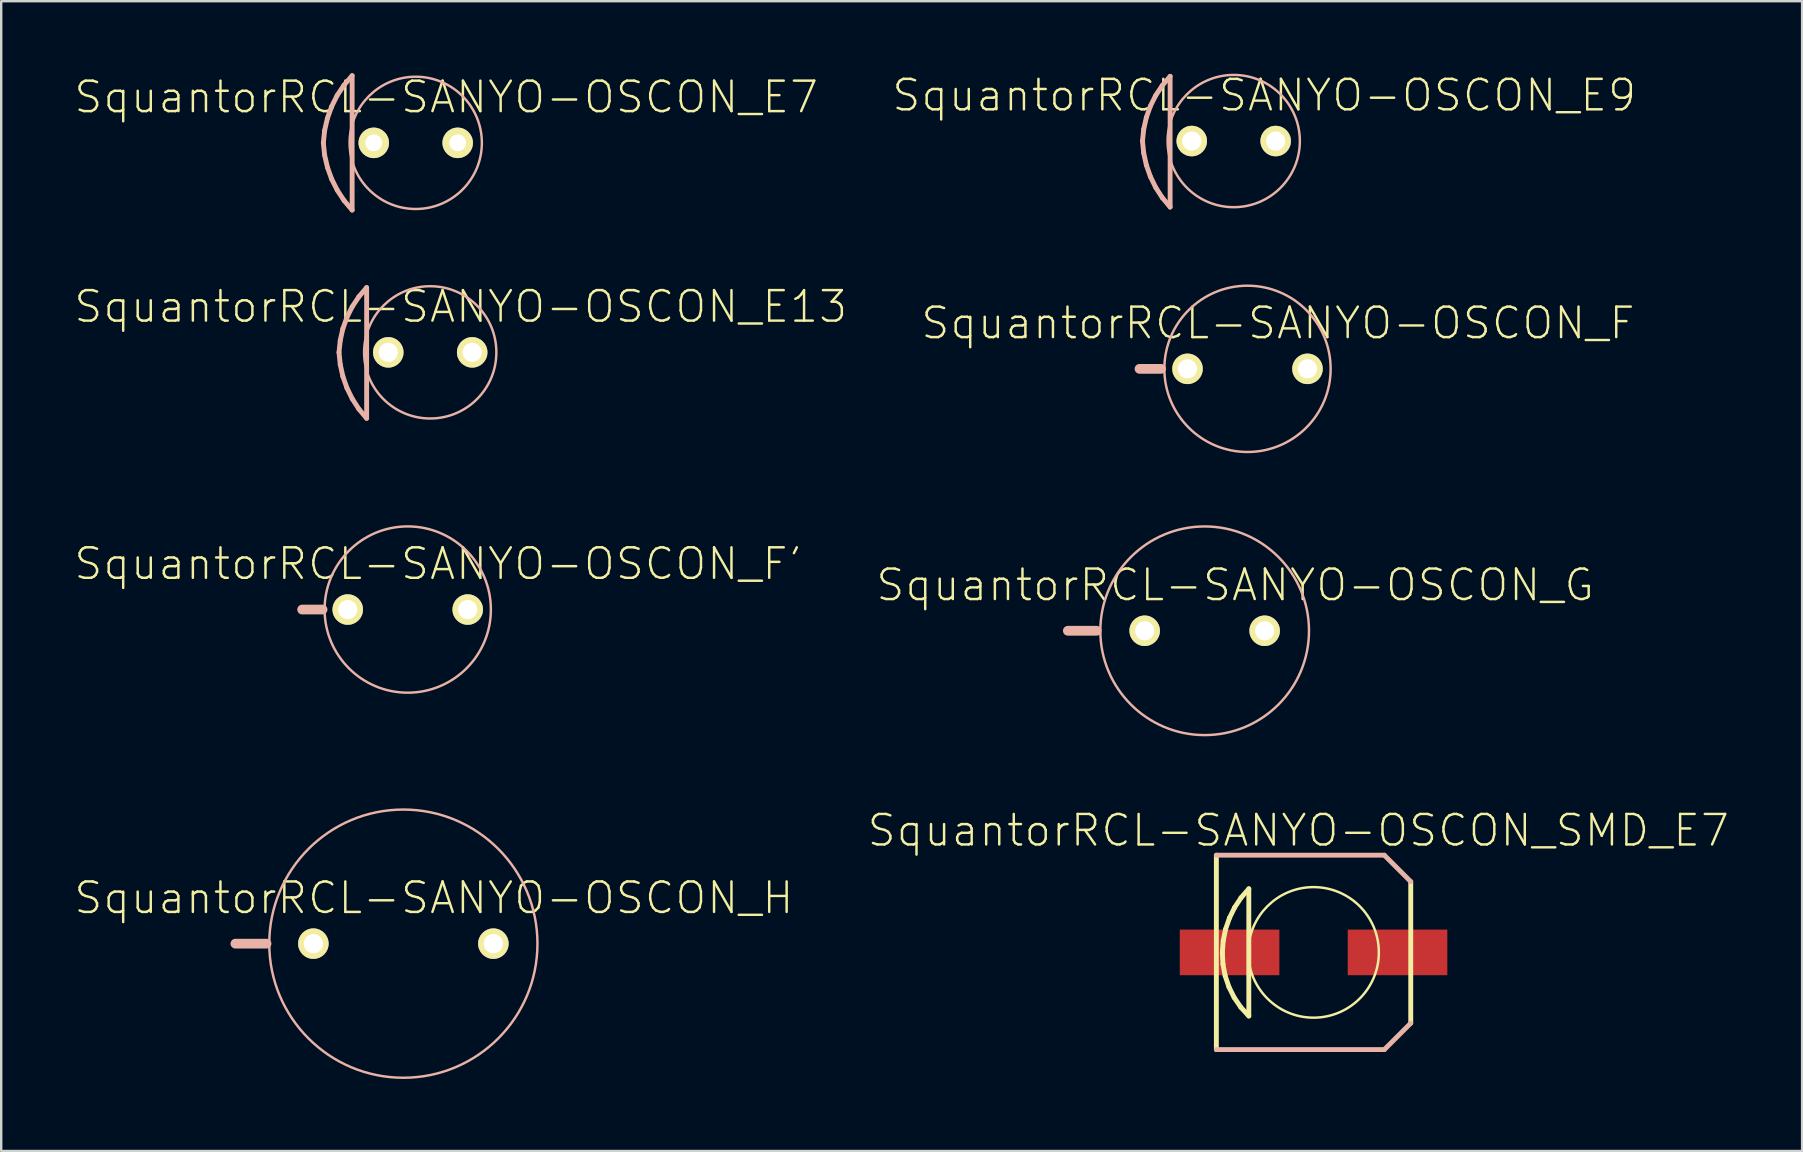
<source format=kicad_pcb>
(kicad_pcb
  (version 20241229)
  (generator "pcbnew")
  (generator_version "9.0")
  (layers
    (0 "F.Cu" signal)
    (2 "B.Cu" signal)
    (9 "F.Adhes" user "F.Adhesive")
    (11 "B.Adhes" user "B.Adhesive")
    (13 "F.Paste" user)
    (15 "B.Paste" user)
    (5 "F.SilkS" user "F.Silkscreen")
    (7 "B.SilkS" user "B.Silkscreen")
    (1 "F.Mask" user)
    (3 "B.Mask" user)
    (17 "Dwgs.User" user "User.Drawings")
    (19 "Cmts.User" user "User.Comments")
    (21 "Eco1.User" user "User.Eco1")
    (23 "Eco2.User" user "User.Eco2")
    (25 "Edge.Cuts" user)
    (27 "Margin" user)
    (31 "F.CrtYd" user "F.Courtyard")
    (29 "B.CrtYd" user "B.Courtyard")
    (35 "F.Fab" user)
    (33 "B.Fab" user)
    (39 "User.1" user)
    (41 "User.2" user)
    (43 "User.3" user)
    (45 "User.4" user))
  (footprint "SquantorRCL-SANYO-OSCON_E13"
    (layer "F.Cu")
    (at 14.872 11.628)
    (property "Reference" "SquantorRCL-SANYO-OSCON_E13" (at 1.27 -1.905 0) (layer "F.SilkS") (effects (font (size 1.27 1.27) (thickness 0.102))))
    (attr exclude_from_pos_files exclude_from_bom)
    (fp_line (start -3.8 0) (end -3.749 -0.495) (stroke (width 0.203) (type solid)) (layer "B.SilkS"))
    (fp_line (start -3.749 -0.495) (end -3.64 -0.983) (stroke (width 0.203) (type solid)) (layer "B.SilkS"))
    (fp_line (start -3.749 0.503) (end -3.8 0) (stroke (width 0.203) (type solid)) (layer "B.SilkS"))
    (fp_line (start -3.64 -0.983) (end -3.472 -1.455) (stroke (width 0.203) (type solid)) (layer "B.SilkS"))
    (fp_line (start -3.64 0.998) (end -3.749 0.503) (stroke (width 0.203) (type solid)) (layer "B.SilkS"))
    (fp_line (start -3.472 -1.455) (end -3.249 -1.902) (stroke (width 0.203) (type solid)) (layer "B.SilkS"))
    (fp_line (start -3.472 1.478) (end -3.64 0.998) (stroke (width 0.203) (type solid)) (layer "B.SilkS"))
    (fp_line (start -3.249 -1.902) (end -2.972 -2.319) (stroke (width 0.203) (type solid)) (layer "B.SilkS"))
    (fp_line (start -3.249 1.933) (end -3.472 1.478) (stroke (width 0.203) (type solid)) (layer "B.SilkS"))
    (fp_line (start -2.974 2.36) (end -3.249 1.933) (stroke (width 0.203) (type solid)) (layer "B.SilkS"))
    (fp_line (start -2.972 -2.319) (end -2.649 -2.697) (stroke (width 0.203) (type solid)) (layer "B.SilkS"))
    (fp_line (start -2.649 -2.697) (end -2.649 2.748) (stroke (width 0.203) (type solid)) (layer "B.SilkS"))
    (fp_line (start -2.649 2.748) (end -2.974 2.36) (stroke (width 0.203) (type solid)) (layer "B.SilkS"))
    (fp_circle (center 0 0) (end -1.948 1.948) (stroke (width 0.102) (type solid)) (fill no) (layer "B.SilkS"))
    (pad "+" thru_hole circle (at 1.748 0) (size 1.27 1.27) (drill 0.798) (layers "*.Cu" "F.Mask" "F.SilkS" "F.Paste"))
    (pad "-" thru_hole circle (at -1.748 0) (size 1.27 1.27) (drill 0.798) (layers "*.Cu" "F.Mask" "F.SilkS" "F.Paste")))
  (footprint "SquantorRCL-SANYO-OSCON_G"
    (layer "F.Cu")
    (at 47.133 23.226)
    (property "Reference" "SquantorRCL-SANYO-OSCON_G" (at 1.27 -1.905 0) (layer "F.SilkS") (effects (font (size 1.27 1.27) (thickness 0.102))))
    (attr exclude_from_pos_files exclude_from_bom)
    (fp_line (start -4.498 0) (end -5.7 0) (stroke (width 0.406) (type solid)) (layer "B.SilkS"))
    (fp_circle (center 0 0) (end -3.073 3.073) (stroke (width 0.102) (type solid)) (fill no) (layer "B.SilkS"))
    (pad "+" thru_hole circle (at 2.499 0) (size 1.27 1.27) (drill 0.798) (layers "*.Cu" "F.Mask" "F.SilkS" "F.Paste"))
    (pad "-" thru_hole circle (at -2.499 0) (size 1.27 1.27) (drill 0.798) (layers "*.Cu" "F.Mask" "F.SilkS" "F.Paste")))
  (footprint "SquantorRCL-SANYO-OSCON_H"
    (layer "F.Cu")
    (at 13.753 36.26)
    (property "Reference" "SquantorRCL-SANYO-OSCON_H" (at 1.27 -1.905 0) (layer "F.SilkS") (effects (font (size 1.27 1.27) (thickness 0.102))))
    (attr exclude_from_pos_files exclude_from_bom)
    (fp_line (start -6.998 0) (end -5.7 0) (stroke (width 0.406) (type solid)) (layer "B.SilkS"))
    (fp_circle (center 0 0) (end -3.95 3.95) (stroke (width 0.102) (type solid)) (fill no) (layer "B.SilkS"))
    (pad "+" thru_hole circle (at 3.749 0) (size 1.27 1.27) (drill 0.798) (layers "*.Cu" "F.Mask" "F.SilkS" "F.Paste"))
    (pad "-" thru_hole circle (at -3.749 0) (size 1.27 1.27) (drill 0.798) (layers "*.Cu" "F.Mask" "F.SilkS" "F.Paste")))
  (footprint "SquantorRCL-SANYO-OSCON_F"
    (layer "F.Cu")
    (at 48.917 12.315)
    (property "Reference" "SquantorRCL-SANYO-OSCON_F" (at 1.27 -1.905 0) (layer "F.SilkS") (effects (font (size 1.27 1.27) (thickness 0.102))))
    (attr exclude_from_pos_files exclude_from_bom)
    (fp_line (start -4.498 0) (end -3.599 0) (stroke (width 0.406) (type solid)) (layer "B.SilkS"))
    (fp_circle (center 0 0) (end -2.449 2.449) (stroke (width 0.102) (type solid)) (fill no) (layer "B.SilkS"))
    (pad "+" thru_hole circle (at 2.499 0) (size 1.27 1.27) (drill 0.798) (layers "*.Cu" "F.Mask" "F.SilkS" "F.Paste"))
    (pad "-" thru_hole circle (at -2.499 0) (size 1.27 1.27) (drill 0.798) (layers "*.Cu" "F.Mask" "F.SilkS" "F.Paste")))
  (footprint "SquantorRCL-SANYO-OSCON_F'"
    (layer "F.Cu")
    (at 13.935 22.342)
    (property "Reference" "SquantorRCL-SANYO-OSCON_F'" (at 1.27 -1.905 0) (layer "F.SilkS") (effects (font (size 1.27 1.27) (thickness 0.102))))
    (attr exclude_from_pos_files exclude_from_bom)
    (fp_line (start -3.548 0) (end -4.399 0) (stroke (width 0.406) (type solid)) (layer "B.SilkS"))
    (fp_circle (center 0 0) (end -2.449 2.449) (stroke (width 0.102) (type solid)) (fill no) (layer "B.SilkS"))
    (pad "+" thru_hole circle (at 2.499 0) (size 1.27 1.27) (drill 0.798) (layers "*.Cu" "F.Mask" "F.SilkS" "F.Paste"))
    (pad "-" thru_hole circle (at -2.499 0) (size 1.27 1.27) (drill 0.798) (layers "*.Cu" "F.Mask" "F.SilkS" "F.Paste")))
  (footprint "SquantorRCL-SANYO-OSCON_SMD_E7"
    (layer "F.Cu")
    (at 51.669 36.624)
    (property "Reference" "SquantorRCL-SANYO-OSCON_SMD_E7" (at -0.635 -5.08 0) (layer "F.SilkS") (effects (font (size 1.27 1.27) (thickness 0.102))))
    (attr smd)
    (fp_line (start -4.049 4.049) (end -4.049 -4.049) (stroke (width 0.203) (type solid)) (layer "F.SilkS"))
    (fp_line (start -3.8 0) (end -3.762 -0.488) (stroke (width 0.203) (type solid)) (layer "F.SilkS"))
    (fp_line (start -3.774 0.49) (end -3.8 0) (stroke (width 0.203) (type solid)) (layer "F.SilkS"))
    (fp_line (start -3.762 -0.488) (end -3.665 -0.968) (stroke (width 0.203) (type solid)) (layer "F.SilkS"))
    (fp_line (start -3.683 0.973) (end -3.774 0.49) (stroke (width 0.203) (type solid)) (layer "F.SilkS"))
    (fp_line (start -3.665 -0.968) (end -3.505 -1.43) (stroke (width 0.203) (type solid)) (layer "F.SilkS"))
    (fp_line (start -3.526 1.438) (end -3.683 0.973) (stroke (width 0.203) (type solid)) (layer "F.SilkS"))
    (fp_line (start -3.505 -1.43) (end -3.289 -1.869) (stroke (width 0.203) (type solid)) (layer "F.SilkS"))
    (fp_line (start -3.307 1.88) (end -3.526 1.438) (stroke (width 0.203) (type solid)) (layer "F.SilkS"))
    (fp_line (start -3.289 -1.869) (end -3.02 -2.278) (stroke (width 0.203) (type solid)) (layer "F.SilkS"))
    (fp_line (start -3.03 2.286) (end -3.307 1.88) (stroke (width 0.203) (type solid)) (layer "F.SilkS"))
    (fp_line (start -3.02 -2.278) (end -2.697 -2.649) (stroke (width 0.203) (type solid)) (layer "F.SilkS"))
    (fp_line (start -2.697 -2.649) (end -2.697 2.649) (stroke (width 0.203) (type solid)) (layer "F.SilkS"))
    (fp_line (start -2.697 2.649) (end -3.03 2.286) (stroke (width 0.203) (type solid)) (layer "F.SilkS"))
    (fp_line (start 4.049 -2.949) (end 4.049 2.949) (stroke (width 0.203) (type solid)) (layer "F.SilkS"))
    (fp_circle (center 0 0) (end -1.923 1.923) (stroke (width 0.102) (type solid)) (fill no) (layer "F.SilkS"))
    (fp_line (start -4.049 -4.049) (end 2.949 -4.049) (stroke (width 0.203) (type solid)) (layer "B.SilkS"))
    (fp_line (start 2.949 -4.049) (end 4.049 -2.949) (stroke (width 0.203) (type solid)) (layer "B.SilkS"))
    (fp_line (start 2.949 4.049) (end -4.049 4.049) (stroke (width 0.203) (type solid)) (layer "B.SilkS"))
    (fp_line (start 4.049 2.949) (end 2.949 4.049) (stroke (width 0.203) (type solid)) (layer "B.SilkS"))
    (pad "+" smd rect (at 3.498 0) (size 4.148 1.9) (layers "F.Cu" "F.Mask" "F.Paste"))
    (pad "-" smd rect (at -3.498 0) (size 4.148 1.9) (layers "F.Cu" "F.Mask" "F.Paste")))
  (footprint "SquantorRCL-SANYO-OSCON_E9"
    (layer "F.Cu")
    (at 48.343 2.826)
    (property "Reference" "SquantorRCL-SANYO-OSCON_E9" (at 1.27 -1.905 0) (layer "F.SilkS") (effects (font (size 1.27 1.27) (thickness 0.102))))
    (attr exclude_from_pos_files exclude_from_bom)
    (fp_line (start -3.8 0) (end -3.749 -0.495) (stroke (width 0.203) (type solid)) (layer "B.SilkS"))
    (fp_line (start -3.749 -0.495) (end -3.64 -0.983) (stroke (width 0.203) (type solid)) (layer "B.SilkS"))
    (fp_line (start -3.749 0.503) (end -3.8 0) (stroke (width 0.203) (type solid)) (layer "B.SilkS"))
    (fp_line (start -3.64 -0.983) (end -3.472 -1.455) (stroke (width 0.203) (type solid)) (layer "B.SilkS"))
    (fp_line (start -3.64 0.998) (end -3.749 0.503) (stroke (width 0.203) (type solid)) (layer "B.SilkS"))
    (fp_line (start -3.472 -1.455) (end -3.249 -1.902) (stroke (width 0.203) (type solid)) (layer "B.SilkS"))
    (fp_line (start -3.472 1.478) (end -3.64 0.998) (stroke (width 0.203) (type solid)) (layer "B.SilkS"))
    (fp_line (start -3.249 -1.902) (end -2.972 -2.319) (stroke (width 0.203) (type solid)) (layer "B.SilkS"))
    (fp_line (start -3.249 1.933) (end -3.472 1.478) (stroke (width 0.203) (type solid)) (layer "B.SilkS"))
    (fp_line (start -2.974 2.36) (end -3.249 1.933) (stroke (width 0.203) (type solid)) (layer "B.SilkS"))
    (fp_line (start -2.972 -2.319) (end -2.649 -2.697) (stroke (width 0.203) (type solid)) (layer "B.SilkS"))
    (fp_line (start -2.649 -2.697) (end -2.649 2.748) (stroke (width 0.203) (type solid)) (layer "B.SilkS"))
    (fp_line (start -2.649 2.748) (end -2.974 2.36) (stroke (width 0.203) (type solid)) (layer "B.SilkS"))
    (fp_circle (center 0 0) (end -1.948 1.948) (stroke (width 0.102) (type solid)) (fill no) (layer "B.SilkS"))
    (pad "+" thru_hole circle (at 1.748 0) (size 1.27 1.27) (drill 0.798) (layers "*.Cu" "F.Mask" "F.SilkS" "F.Paste"))
    (pad "-" thru_hole circle (at -1.748 0) (size 1.27 1.27) (drill 0.798) (layers "*.Cu" "F.Mask" "F.SilkS" "F.Paste")))
  (footprint "SquantorRCL-SANYO-OSCON_E7"
    (layer "F.Cu")
    (at 14.268 2.901)
    (property "Reference" "SquantorRCL-SANYO-OSCON_E7" (at 1.27 -1.905 0) (layer "F.SilkS") (effects (font (size 1.27 1.27) (thickness 0.102))))
    (attr exclude_from_pos_files exclude_from_bom)
    (fp_line (start -3.848 0) (end -3.795 -0.516) (stroke (width 0.203) (type solid)) (layer "B.SilkS"))
    (fp_line (start -3.795 -0.516) (end -3.68 -1.021) (stroke (width 0.203) (type solid)) (layer "B.SilkS"))
    (fp_line (start -3.795 0.513) (end -3.848 0) (stroke (width 0.203) (type solid)) (layer "B.SilkS"))
    (fp_line (start -3.68 -1.021) (end -3.505 -1.509) (stroke (width 0.203) (type solid)) (layer "B.SilkS"))
    (fp_line (start -3.678 1.019) (end -3.795 0.513) (stroke (width 0.203) (type solid)) (layer "B.SilkS"))
    (fp_line (start -3.505 -1.509) (end -3.274 -1.974) (stroke (width 0.203) (type solid)) (layer "B.SilkS"))
    (fp_line (start -3.503 1.506) (end -3.678 1.019) (stroke (width 0.203) (type solid)) (layer "B.SilkS"))
    (fp_line (start -3.274 -1.974) (end -2.987 -2.405) (stroke (width 0.203) (type solid)) (layer "B.SilkS"))
    (fp_line (start -3.269 1.971) (end -3.503 1.506) (stroke (width 0.203) (type solid)) (layer "B.SilkS"))
    (fp_line (start -2.987 -2.405) (end -2.649 -2.799) (stroke (width 0.203) (type solid)) (layer "B.SilkS"))
    (fp_line (start -2.985 2.403) (end -3.269 1.971) (stroke (width 0.203) (type solid)) (layer "B.SilkS"))
    (fp_line (start -2.649 -2.799) (end -2.649 2.799) (stroke (width 0.203) (type solid)) (layer "B.SilkS"))
    (fp_line (start -2.649 2.799) (end -2.985 2.403) (stroke (width 0.203) (type solid)) (layer "B.SilkS"))
    (fp_circle (center 0 0) (end -1.948 1.948) (stroke (width 0.102) (type solid)) (fill no) (layer "B.SilkS"))
    (pad "+" thru_hole circle (at 1.748 0) (size 1.27 1.27) (drill 0.699) (layers "*.Cu" "F.Mask" "F.SilkS" "F.Paste"))
    (pad "-" thru_hole circle (at -1.748 0) (size 1.27 1.27) (drill 0.699) (layers "*.Cu" "F.Mask" "F.SilkS" "F.Paste")))
  (gr_rect
    (start -3 -3)
    (end 72.021 44.896)
    (stroke (width 0.1) (type default))
    (fill no)
    (layer "Edge.Cuts")))
</source>
